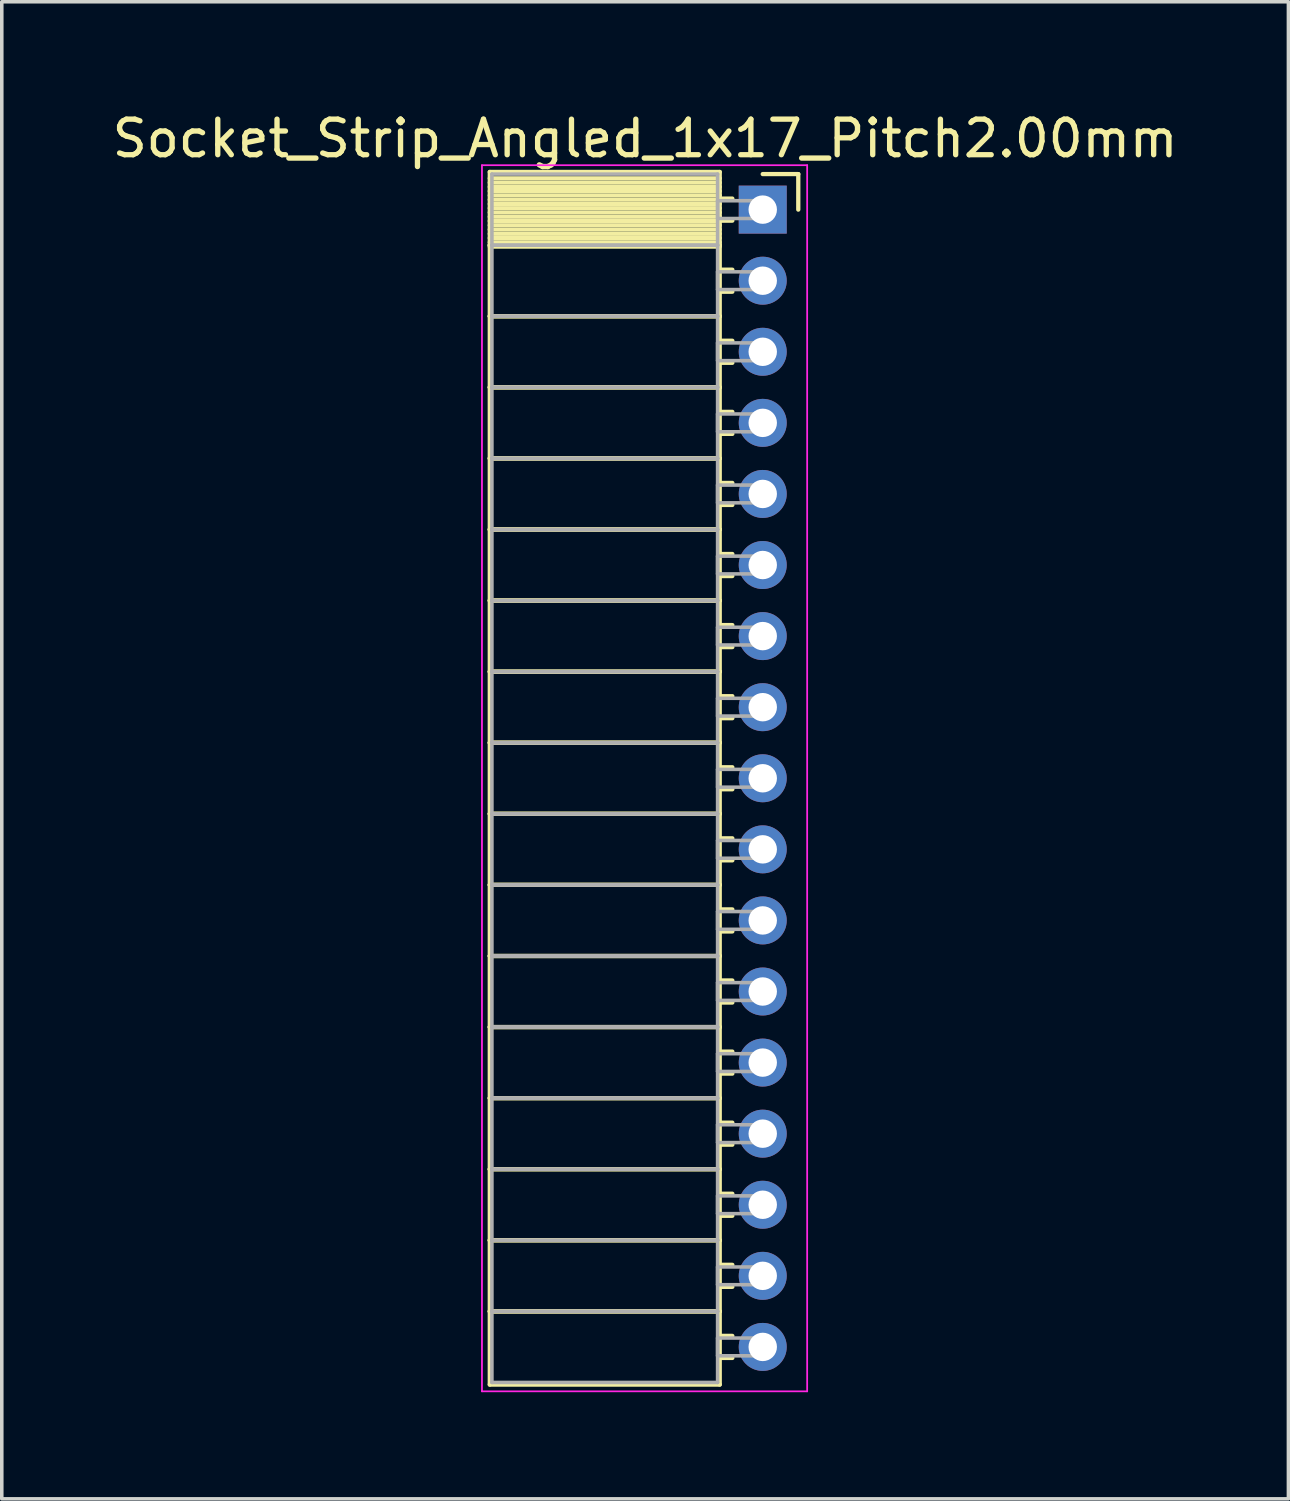
<source format=kicad_pcb>
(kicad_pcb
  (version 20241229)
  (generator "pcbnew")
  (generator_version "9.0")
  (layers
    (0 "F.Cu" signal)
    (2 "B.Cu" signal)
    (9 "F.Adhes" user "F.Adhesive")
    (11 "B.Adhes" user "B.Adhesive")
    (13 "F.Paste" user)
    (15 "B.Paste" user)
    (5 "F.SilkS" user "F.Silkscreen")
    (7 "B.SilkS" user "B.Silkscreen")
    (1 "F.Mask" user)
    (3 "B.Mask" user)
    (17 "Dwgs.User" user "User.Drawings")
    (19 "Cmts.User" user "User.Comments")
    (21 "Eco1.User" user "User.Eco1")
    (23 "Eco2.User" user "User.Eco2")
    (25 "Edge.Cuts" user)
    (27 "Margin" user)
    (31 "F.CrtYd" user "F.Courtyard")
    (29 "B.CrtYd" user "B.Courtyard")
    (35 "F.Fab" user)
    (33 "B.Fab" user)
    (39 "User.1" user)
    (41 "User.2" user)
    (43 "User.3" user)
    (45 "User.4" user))
  (footprint "Socket_Strip_Angled_1x17_Pitch2.00mm"
    (layer "F.Cu")
    (at 18.411 2.848)
    (property "Reference" "Socket_Strip_Angled_1x17_Pitch2.00mm" (at -3.31 -2 0) (layer "F.SilkS") (effects (font (size 1 1) (thickness 0.15))))
    (attr through_hole)
    (fp_line (start -7.68 -1.06) (end -1.21 -1.06) (stroke (width 0.12) (type solid)) (layer "F.SilkS"))
    (fp_line (start -7.68 1) (end -7.68 -1.06) (stroke (width 0.12) (type solid)) (layer "F.SilkS"))
    (fp_line (start -7.68 1) (end -1.21 1) (stroke (width 0.12) (type solid)) (layer "F.SilkS"))
    (fp_line (start -7.68 3) (end -7.68 1) (stroke (width 0.12) (type solid)) (layer "F.SilkS"))
    (fp_line (start -7.68 3) (end -1.21 3) (stroke (width 0.12) (type solid)) (layer "F.SilkS"))
    (fp_line (start -7.68 5) (end -7.68 3) (stroke (width 0.12) (type solid)) (layer "F.SilkS"))
    (fp_line (start -7.68 5) (end -1.21 5) (stroke (width 0.12) (type solid)) (layer "F.SilkS"))
    (fp_line (start -7.68 7) (end -7.68 5) (stroke (width 0.12) (type solid)) (layer "F.SilkS"))
    (fp_line (start -7.68 7) (end -1.21 7) (stroke (width 0.12) (type solid)) (layer "F.SilkS"))
    (fp_line (start -7.68 9) (end -7.68 7) (stroke (width 0.12) (type solid)) (layer "F.SilkS"))
    (fp_line (start -7.68 9) (end -1.21 9) (stroke (width 0.12) (type solid)) (layer "F.SilkS"))
    (fp_line (start -7.68 11) (end -7.68 9) (stroke (width 0.12) (type solid)) (layer "F.SilkS"))
    (fp_line (start -7.68 11) (end -1.21 11) (stroke (width 0.12) (type solid)) (layer "F.SilkS"))
    (fp_line (start -7.68 13) (end -7.68 11) (stroke (width 0.12) (type solid)) (layer "F.SilkS"))
    (fp_line (start -7.68 13) (end -1.21 13) (stroke (width 0.12) (type solid)) (layer "F.SilkS"))
    (fp_line (start -7.68 15) (end -7.68 13) (stroke (width 0.12) (type solid)) (layer "F.SilkS"))
    (fp_line (start -7.68 15) (end -1.21 15) (stroke (width 0.12) (type solid)) (layer "F.SilkS"))
    (fp_line (start -7.68 17) (end -7.68 15) (stroke (width 0.12) (type solid)) (layer "F.SilkS"))
    (fp_line (start -7.68 17) (end -1.21 17) (stroke (width 0.12) (type solid)) (layer "F.SilkS"))
    (fp_line (start -7.68 19) (end -7.68 17) (stroke (width 0.12) (type solid)) (layer "F.SilkS"))
    (fp_line (start -7.68 19) (end -1.21 19) (stroke (width 0.12) (type solid)) (layer "F.SilkS"))
    (fp_line (start -7.68 21) (end -7.68 19) (stroke (width 0.12) (type solid)) (layer "F.SilkS"))
    (fp_line (start -7.68 21) (end -1.21 21) (stroke (width 0.12) (type solid)) (layer "F.SilkS"))
    (fp_line (start -7.68 23) (end -7.68 21) (stroke (width 0.12) (type solid)) (layer "F.SilkS"))
    (fp_line (start -7.68 23) (end -1.21 23) (stroke (width 0.12) (type solid)) (layer "F.SilkS"))
    (fp_line (start -7.68 25) (end -7.68 23) (stroke (width 0.12) (type solid)) (layer "F.SilkS"))
    (fp_line (start -7.68 25) (end -1.21 25) (stroke (width 0.12) (type solid)) (layer "F.SilkS"))
    (fp_line (start -7.68 27) (end -7.68 25) (stroke (width 0.12) (type solid)) (layer "F.SilkS"))
    (fp_line (start -7.68 27) (end -1.21 27) (stroke (width 0.12) (type solid)) (layer "F.SilkS"))
    (fp_line (start -7.68 29) (end -7.68 27) (stroke (width 0.12) (type solid)) (layer "F.SilkS"))
    (fp_line (start -7.68 29) (end -1.21 29) (stroke (width 0.12) (type solid)) (layer "F.SilkS"))
    (fp_line (start -7.68 31) (end -7.68 29) (stroke (width 0.12) (type solid)) (layer "F.SilkS"))
    (fp_line (start -7.68 31) (end -1.21 31) (stroke (width 0.12) (type solid)) (layer "F.SilkS"))
    (fp_line (start -7.68 33.06) (end -7.68 31) (stroke (width 0.12) (type solid)) (layer "F.SilkS"))
    (fp_line (start -1.21 -1.06) (end -1.21 1) (stroke (width 0.12) (type solid)) (layer "F.SilkS"))
    (fp_line (start -1.21 -0.88) (end -7.68 -0.88) (stroke (width 0.12) (type solid)) (layer "F.SilkS"))
    (fp_line (start -1.21 -0.76) (end -7.68 -0.76) (stroke (width 0.12) (type solid)) (layer "F.SilkS"))
    (fp_line (start -1.21 -0.64) (end -7.68 -0.64) (stroke (width 0.12) (type solid)) (layer "F.SilkS"))
    (fp_line (start -1.21 -0.52) (end -7.68 -0.52) (stroke (width 0.12) (type solid)) (layer "F.SilkS"))
    (fp_line (start -1.21 -0.4) (end -7.68 -0.4) (stroke (width 0.12) (type solid)) (layer "F.SilkS"))
    (fp_line (start -1.21 -0.28) (end -7.68 -0.28) (stroke (width 0.12) (type solid)) (layer "F.SilkS"))
    (fp_line (start -1.21 -0.16) (end -7.68 -0.16) (stroke (width 0.12) (type solid)) (layer "F.SilkS"))
    (fp_line (start -1.21 -0.04) (end -7.68 -0.04) (stroke (width 0.12) (type solid)) (layer "F.SilkS"))
    (fp_line (start -1.21 0.08) (end -7.68 0.08) (stroke (width 0.12) (type solid)) (layer "F.SilkS"))
    (fp_line (start -1.21 0.2) (end -7.68 0.2) (stroke (width 0.12) (type solid)) (layer "F.SilkS"))
    (fp_line (start -1.21 0.32) (end -7.68 0.32) (stroke (width 0.12) (type solid)) (layer "F.SilkS"))
    (fp_line (start -1.21 0.44) (end -7.68 0.44) (stroke (width 0.12) (type solid)) (layer "F.SilkS"))
    (fp_line (start -1.21 0.56) (end -7.68 0.56) (stroke (width 0.12) (type solid)) (layer "F.SilkS"))
    (fp_line (start -1.21 0.68) (end -7.68 0.68) (stroke (width 0.12) (type solid)) (layer "F.SilkS"))
    (fp_line (start -1.21 0.8) (end -7.68 0.8) (stroke (width 0.12) (type solid)) (layer "F.SilkS"))
    (fp_line (start -1.21 0.92) (end -7.68 0.92) (stroke (width 0.12) (type solid)) (layer "F.SilkS"))
    (fp_line (start -1.21 1) (end -7.68 1) (stroke (width 0.12) (type solid)) (layer "F.SilkS"))
    (fp_line (start -1.21 1) (end -1.21 3) (stroke (width 0.12) (type solid)) (layer "F.SilkS"))
    (fp_line (start -1.21 1.04) (end -7.68 1.04) (stroke (width 0.12) (type solid)) (layer "F.SilkS"))
    (fp_line (start -1.21 3) (end -7.68 3) (stroke (width 0.12) (type solid)) (layer "F.SilkS"))
    (fp_line (start -1.21 3) (end -1.21 5) (stroke (width 0.12) (type solid)) (layer "F.SilkS"))
    (fp_line (start -1.21 5) (end -7.68 5) (stroke (width 0.12) (type solid)) (layer "F.SilkS"))
    (fp_line (start -1.21 5) (end -1.21 7) (stroke (width 0.12) (type solid)) (layer "F.SilkS"))
    (fp_line (start -1.21 7) (end -7.68 7) (stroke (width 0.12) (type solid)) (layer "F.SilkS"))
    (fp_line (start -1.21 7) (end -1.21 9) (stroke (width 0.12) (type solid)) (layer "F.SilkS"))
    (fp_line (start -1.21 9) (end -7.68 9) (stroke (width 0.12) (type solid)) (layer "F.SilkS"))
    (fp_line (start -1.21 9) (end -1.21 11) (stroke (width 0.12) (type solid)) (layer "F.SilkS"))
    (fp_line (start -1.21 11) (end -7.68 11) (stroke (width 0.12) (type solid)) (layer "F.SilkS"))
    (fp_line (start -1.21 11) (end -1.21 13) (stroke (width 0.12) (type solid)) (layer "F.SilkS"))
    (fp_line (start -1.21 13) (end -7.68 13) (stroke (width 0.12) (type solid)) (layer "F.SilkS"))
    (fp_line (start -1.21 13) (end -1.21 15) (stroke (width 0.12) (type solid)) (layer "F.SilkS"))
    (fp_line (start -1.21 15) (end -7.68 15) (stroke (width 0.12) (type solid)) (layer "F.SilkS"))
    (fp_line (start -1.21 15) (end -1.21 17) (stroke (width 0.12) (type solid)) (layer "F.SilkS"))
    (fp_line (start -1.21 17) (end -7.68 17) (stroke (width 0.12) (type solid)) (layer "F.SilkS"))
    (fp_line (start -1.21 17) (end -1.21 19) (stroke (width 0.12) (type solid)) (layer "F.SilkS"))
    (fp_line (start -1.21 19) (end -7.68 19) (stroke (width 0.12) (type solid)) (layer "F.SilkS"))
    (fp_line (start -1.21 19) (end -1.21 21) (stroke (width 0.12) (type solid)) (layer "F.SilkS"))
    (fp_line (start -1.21 21) (end -7.68 21) (stroke (width 0.12) (type solid)) (layer "F.SilkS"))
    (fp_line (start -1.21 21) (end -1.21 23) (stroke (width 0.12) (type solid)) (layer "F.SilkS"))
    (fp_line (start -1.21 23) (end -7.68 23) (stroke (width 0.12) (type solid)) (layer "F.SilkS"))
    (fp_line (start -1.21 23) (end -1.21 25) (stroke (width 0.12) (type solid)) (layer "F.SilkS"))
    (fp_line (start -1.21 25) (end -7.68 25) (stroke (width 0.12) (type solid)) (layer "F.SilkS"))
    (fp_line (start -1.21 25) (end -1.21 27) (stroke (width 0.12) (type solid)) (layer "F.SilkS"))
    (fp_line (start -1.21 27) (end -7.68 27) (stroke (width 0.12) (type solid)) (layer "F.SilkS"))
    (fp_line (start -1.21 27) (end -1.21 29) (stroke (width 0.12) (type solid)) (layer "F.SilkS"))
    (fp_line (start -1.21 29) (end -7.68 29) (stroke (width 0.12) (type solid)) (layer "F.SilkS"))
    (fp_line (start -1.21 29) (end -1.21 31) (stroke (width 0.12) (type solid)) (layer "F.SilkS"))
    (fp_line (start -1.21 31) (end -7.68 31) (stroke (width 0.12) (type solid)) (layer "F.SilkS"))
    (fp_line (start -1.21 31) (end -1.21 33.06) (stroke (width 0.12) (type solid)) (layer "F.SilkS"))
    (fp_line (start -1.21 33.06) (end -7.68 33.06) (stroke (width 0.12) (type solid)) (layer "F.SilkS"))
    (fp_line (start -0.855 -0.31) (end -1.21 -0.31) (stroke (width 0.12) (type solid)) (layer "F.SilkS"))
    (fp_line (start -0.855 0.31) (end -1.21 0.31) (stroke (width 0.12) (type solid)) (layer "F.SilkS"))
    (fp_line (start -0.855 1.69) (end -1.21 1.69) (stroke (width 0.12) (type solid)) (layer "F.SilkS"))
    (fp_line (start -0.855 2.31) (end -1.21 2.31) (stroke (width 0.12) (type solid)) (layer "F.SilkS"))
    (fp_line (start -0.855 3.69) (end -1.21 3.69) (stroke (width 0.12) (type solid)) (layer "F.SilkS"))
    (fp_line (start -0.855 4.31) (end -1.21 4.31) (stroke (width 0.12) (type solid)) (layer "F.SilkS"))
    (fp_line (start -0.855 5.69) (end -1.21 5.69) (stroke (width 0.12) (type solid)) (layer "F.SilkS"))
    (fp_line (start -0.855 6.31) (end -1.21 6.31) (stroke (width 0.12) (type solid)) (layer "F.SilkS"))
    (fp_line (start -0.855 7.69) (end -1.21 7.69) (stroke (width 0.12) (type solid)) (layer "F.SilkS"))
    (fp_line (start -0.855 8.31) (end -1.21 8.31) (stroke (width 0.12) (type solid)) (layer "F.SilkS"))
    (fp_line (start -0.855 9.69) (end -1.21 9.69) (stroke (width 0.12) (type solid)) (layer "F.SilkS"))
    (fp_line (start -0.855 10.31) (end -1.21 10.31) (stroke (width 0.12) (type solid)) (layer "F.SilkS"))
    (fp_line (start -0.855 11.69) (end -1.21 11.69) (stroke (width 0.12) (type solid)) (layer "F.SilkS"))
    (fp_line (start -0.855 12.31) (end -1.21 12.31) (stroke (width 0.12) (type solid)) (layer "F.SilkS"))
    (fp_line (start -0.855 13.69) (end -1.21 13.69) (stroke (width 0.12) (type solid)) (layer "F.SilkS"))
    (fp_line (start -0.855 14.31) (end -1.21 14.31) (stroke (width 0.12) (type solid)) (layer "F.SilkS"))
    (fp_line (start -0.855 15.69) (end -1.21 15.69) (stroke (width 0.12) (type solid)) (layer "F.SilkS"))
    (fp_line (start -0.855 16.31) (end -1.21 16.31) (stroke (width 0.12) (type solid)) (layer "F.SilkS"))
    (fp_line (start -0.855 17.69) (end -1.21 17.69) (stroke (width 0.12) (type solid)) (layer "F.SilkS"))
    (fp_line (start -0.855 18.31) (end -1.21 18.31) (stroke (width 0.12) (type solid)) (layer "F.SilkS"))
    (fp_line (start -0.855 19.69) (end -1.21 19.69) (stroke (width 0.12) (type solid)) (layer "F.SilkS"))
    (fp_line (start -0.855 20.31) (end -1.21 20.31) (stroke (width 0.12) (type solid)) (layer "F.SilkS"))
    (fp_line (start -0.855 21.69) (end -1.21 21.69) (stroke (width 0.12) (type solid)) (layer "F.SilkS"))
    (fp_line (start -0.855 22.31) (end -1.21 22.31) (stroke (width 0.12) (type solid)) (layer "F.SilkS"))
    (fp_line (start -0.855 23.69) (end -1.21 23.69) (stroke (width 0.12) (type solid)) (layer "F.SilkS"))
    (fp_line (start -0.855 24.31) (end -1.21 24.31) (stroke (width 0.12) (type solid)) (layer "F.SilkS"))
    (fp_line (start -0.855 25.69) (end -1.21 25.69) (stroke (width 0.12) (type solid)) (layer "F.SilkS"))
    (fp_line (start -0.855 26.31) (end -1.21 26.31) (stroke (width 0.12) (type solid)) (layer "F.SilkS"))
    (fp_line (start -0.855 27.69) (end -1.21 27.69) (stroke (width 0.12) (type solid)) (layer "F.SilkS"))
    (fp_line (start -0.855 28.31) (end -1.21 28.31) (stroke (width 0.12) (type solid)) (layer "F.SilkS"))
    (fp_line (start -0.855 29.69) (end -1.21 29.69) (stroke (width 0.12) (type solid)) (layer "F.SilkS"))
    (fp_line (start -0.855 30.31) (end -1.21 30.31) (stroke (width 0.12) (type solid)) (layer "F.SilkS"))
    (fp_line (start -0.855 31.69) (end -1.21 31.69) (stroke (width 0.12) (type solid)) (layer "F.SilkS"))
    (fp_line (start -0.855 32.31) (end -1.21 32.31) (stroke (width 0.12) (type solid)) (layer "F.SilkS"))
    (fp_line (start 0 -1) (end 1 -1) (stroke (width 0.12) (type solid)) (layer "F.SilkS"))
    (fp_line (start 1 -1) (end 1 0) (stroke (width 0.12) (type solid)) (layer "F.SilkS"))
    (fp_line (start -7.9 -1.25) (end 1.25 -1.25) (stroke (width 0.05) (type solid)) (layer "F.CrtYd"))
    (fp_line (start -7.9 33.25) (end -7.9 -1.25) (stroke (width 0.05) (type solid)) (layer "F.CrtYd"))
    (fp_line (start 1.25 -1.25) (end 1.25 33.25) (stroke (width 0.05) (type solid)) (layer "F.CrtYd"))
    (fp_line (start 1.25 33.25) (end -7.9 33.25) (stroke (width 0.05) (type solid)) (layer "F.CrtYd"))
    (fp_line (start -7.62 -1) (end -1.27 -1) (stroke (width 0.1) (type solid)) (layer "F.Fab"))
    (fp_line (start -7.62 1) (end -7.62 -1) (stroke (width 0.1) (type solid)) (layer "F.Fab"))
    (fp_line (start -7.62 1) (end -1.27 1) (stroke (width 0.1) (type solid)) (layer "F.Fab"))
    (fp_line (start -7.62 3) (end -7.62 1) (stroke (width 0.1) (type solid)) (layer "F.Fab"))
    (fp_line (start -7.62 3) (end -1.27 3) (stroke (width 0.1) (type solid)) (layer "F.Fab"))
    (fp_line (start -7.62 5) (end -7.62 3) (stroke (width 0.1) (type solid)) (layer "F.Fab"))
    (fp_line (start -7.62 5) (end -1.27 5) (stroke (width 0.1) (type solid)) (layer "F.Fab"))
    (fp_line (start -7.62 7) (end -7.62 5) (stroke (width 0.1) (type solid)) (layer "F.Fab"))
    (fp_line (start -7.62 7) (end -1.27 7) (stroke (width 0.1) (type solid)) (layer "F.Fab"))
    (fp_line (start -7.62 9) (end -7.62 7) (stroke (width 0.1) (type solid)) (layer "F.Fab"))
    (fp_line (start -7.62 9) (end -1.27 9) (stroke (width 0.1) (type solid)) (layer "F.Fab"))
    (fp_line (start -7.62 11) (end -7.62 9) (stroke (width 0.1) (type solid)) (layer "F.Fab"))
    (fp_line (start -7.62 11) (end -1.27 11) (stroke (width 0.1) (type solid)) (layer "F.Fab"))
    (fp_line (start -7.62 13) (end -7.62 11) (stroke (width 0.1) (type solid)) (layer "F.Fab"))
    (fp_line (start -7.62 13) (end -1.27 13) (stroke (width 0.1) (type solid)) (layer "F.Fab"))
    (fp_line (start -7.62 15) (end -7.62 13) (stroke (width 0.1) (type solid)) (layer "F.Fab"))
    (fp_line (start -7.62 15) (end -1.27 15) (stroke (width 0.1) (type solid)) (layer "F.Fab"))
    (fp_line (start -7.62 17) (end -7.62 15) (stroke (width 0.1) (type solid)) (layer "F.Fab"))
    (fp_line (start -7.62 17) (end -1.27 17) (stroke (width 0.1) (type solid)) (layer "F.Fab"))
    (fp_line (start -7.62 19) (end -7.62 17) (stroke (width 0.1) (type solid)) (layer "F.Fab"))
    (fp_line (start -7.62 19) (end -1.27 19) (stroke (width 0.1) (type solid)) (layer "F.Fab"))
    (fp_line (start -7.62 21) (end -7.62 19) (stroke (width 0.1) (type solid)) (layer "F.Fab"))
    (fp_line (start -7.62 21) (end -1.27 21) (stroke (width 0.1) (type solid)) (layer "F.Fab"))
    (fp_line (start -7.62 23) (end -7.62 21) (stroke (width 0.1) (type solid)) (layer "F.Fab"))
    (fp_line (start -7.62 23) (end -1.27 23) (stroke (width 0.1) (type solid)) (layer "F.Fab"))
    (fp_line (start -7.62 25) (end -7.62 23) (stroke (width 0.1) (type solid)) (layer "F.Fab"))
    (fp_line (start -7.62 25) (end -1.27 25) (stroke (width 0.1) (type solid)) (layer "F.Fab"))
    (fp_line (start -7.62 27) (end -7.62 25) (stroke (width 0.1) (type solid)) (layer "F.Fab"))
    (fp_line (start -7.62 27) (end -1.27 27) (stroke (width 0.1) (type solid)) (layer "F.Fab"))
    (fp_line (start -7.62 29) (end -7.62 27) (stroke (width 0.1) (type solid)) (layer "F.Fab"))
    (fp_line (start -7.62 29) (end -1.27 29) (stroke (width 0.1) (type solid)) (layer "F.Fab"))
    (fp_line (start -7.62 31) (end -7.62 29) (stroke (width 0.1) (type solid)) (layer "F.Fab"))
    (fp_line (start -7.62 31) (end -1.27 31) (stroke (width 0.1) (type solid)) (layer "F.Fab"))
    (fp_line (start -7.62 33) (end -7.62 31) (stroke (width 0.1) (type solid)) (layer "F.Fab"))
    (fp_line (start -1.27 -1) (end -1.27 1) (stroke (width 0.1) (type solid)) (layer "F.Fab"))
    (fp_line (start -1.27 -0.25) (end 0 -0.25) (stroke (width 0.1) (type solid)) (layer "F.Fab"))
    (fp_line (start -1.27 0.25) (end -1.27 -0.25) (stroke (width 0.1) (type solid)) (layer "F.Fab"))
    (fp_line (start -1.27 1) (end -7.62 1) (stroke (width 0.1) (type solid)) (layer "F.Fab"))
    (fp_line (start -1.27 1) (end -1.27 3) (stroke (width 0.1) (type solid)) (layer "F.Fab"))
    (fp_line (start -1.27 1.75) (end 0 1.75) (stroke (width 0.1) (type solid)) (layer "F.Fab"))
    (fp_line (start -1.27 2.25) (end -1.27 1.75) (stroke (width 0.1) (type solid)) (layer "F.Fab"))
    (fp_line (start -1.27 3) (end -7.62 3) (stroke (width 0.1) (type solid)) (layer "F.Fab"))
    (fp_line (start -1.27 3) (end -1.27 5) (stroke (width 0.1) (type solid)) (layer "F.Fab"))
    (fp_line (start -1.27 3.75) (end 0 3.75) (stroke (width 0.1) (type solid)) (layer "F.Fab"))
    (fp_line (start -1.27 4.25) (end -1.27 3.75) (stroke (width 0.1) (type solid)) (layer "F.Fab"))
    (fp_line (start -1.27 5) (end -7.62 5) (stroke (width 0.1) (type solid)) (layer "F.Fab"))
    (fp_line (start -1.27 5) (end -1.27 7) (stroke (width 0.1) (type solid)) (layer "F.Fab"))
    (fp_line (start -1.27 5.75) (end 0 5.75) (stroke (width 0.1) (type solid)) (layer "F.Fab"))
    (fp_line (start -1.27 6.25) (end -1.27 5.75) (stroke (width 0.1) (type solid)) (layer "F.Fab"))
    (fp_line (start -1.27 7) (end -7.62 7) (stroke (width 0.1) (type solid)) (layer "F.Fab"))
    (fp_line (start -1.27 7) (end -1.27 9) (stroke (width 0.1) (type solid)) (layer "F.Fab"))
    (fp_line (start -1.27 7.75) (end 0 7.75) (stroke (width 0.1) (type solid)) (layer "F.Fab"))
    (fp_line (start -1.27 8.25) (end -1.27 7.75) (stroke (width 0.1) (type solid)) (layer "F.Fab"))
    (fp_line (start -1.27 9) (end -7.62 9) (stroke (width 0.1) (type solid)) (layer "F.Fab"))
    (fp_line (start -1.27 9) (end -1.27 11) (stroke (width 0.1) (type solid)) (layer "F.Fab"))
    (fp_line (start -1.27 9.75) (end 0 9.75) (stroke (width 0.1) (type solid)) (layer "F.Fab"))
    (fp_line (start -1.27 10.25) (end -1.27 9.75) (stroke (width 0.1) (type solid)) (layer "F.Fab"))
    (fp_line (start -1.27 11) (end -7.62 11) (stroke (width 0.1) (type solid)) (layer "F.Fab"))
    (fp_line (start -1.27 11) (end -1.27 13) (stroke (width 0.1) (type solid)) (layer "F.Fab"))
    (fp_line (start -1.27 11.75) (end 0 11.75) (stroke (width 0.1) (type solid)) (layer "F.Fab"))
    (fp_line (start -1.27 12.25) (end -1.27 11.75) (stroke (width 0.1) (type solid)) (layer "F.Fab"))
    (fp_line (start -1.27 13) (end -7.62 13) (stroke (width 0.1) (type solid)) (layer "F.Fab"))
    (fp_line (start -1.27 13) (end -1.27 15) (stroke (width 0.1) (type solid)) (layer "F.Fab"))
    (fp_line (start -1.27 13.75) (end 0 13.75) (stroke (width 0.1) (type solid)) (layer "F.Fab"))
    (fp_line (start -1.27 14.25) (end -1.27 13.75) (stroke (width 0.1) (type solid)) (layer "F.Fab"))
    (fp_line (start -1.27 15) (end -7.62 15) (stroke (width 0.1) (type solid)) (layer "F.Fab"))
    (fp_line (start -1.27 15) (end -1.27 17) (stroke (width 0.1) (type solid)) (layer "F.Fab"))
    (fp_line (start -1.27 15.75) (end 0 15.75) (stroke (width 0.1) (type solid)) (layer "F.Fab"))
    (fp_line (start -1.27 16.25) (end -1.27 15.75) (stroke (width 0.1) (type solid)) (layer "F.Fab"))
    (fp_line (start -1.27 17) (end -7.62 17) (stroke (width 0.1) (type solid)) (layer "F.Fab"))
    (fp_line (start -1.27 17) (end -1.27 19) (stroke (width 0.1) (type solid)) (layer "F.Fab"))
    (fp_line (start -1.27 17.75) (end 0 17.75) (stroke (width 0.1) (type solid)) (layer "F.Fab"))
    (fp_line (start -1.27 18.25) (end -1.27 17.75) (stroke (width 0.1) (type solid)) (layer "F.Fab"))
    (fp_line (start -1.27 19) (end -7.62 19) (stroke (width 0.1) (type solid)) (layer "F.Fab"))
    (fp_line (start -1.27 19) (end -1.27 21) (stroke (width 0.1) (type solid)) (layer "F.Fab"))
    (fp_line (start -1.27 19.75) (end 0 19.75) (stroke (width 0.1) (type solid)) (layer "F.Fab"))
    (fp_line (start -1.27 20.25) (end -1.27 19.75) (stroke (width 0.1) (type solid)) (layer "F.Fab"))
    (fp_line (start -1.27 21) (end -7.62 21) (stroke (width 0.1) (type solid)) (layer "F.Fab"))
    (fp_line (start -1.27 21) (end -1.27 23) (stroke (width 0.1) (type solid)) (layer "F.Fab"))
    (fp_line (start -1.27 21.75) (end 0 21.75) (stroke (width 0.1) (type solid)) (layer "F.Fab"))
    (fp_line (start -1.27 22.25) (end -1.27 21.75) (stroke (width 0.1) (type solid)) (layer "F.Fab"))
    (fp_line (start -1.27 23) (end -7.62 23) (stroke (width 0.1) (type solid)) (layer "F.Fab"))
    (fp_line (start -1.27 23) (end -1.27 25) (stroke (width 0.1) (type solid)) (layer "F.Fab"))
    (fp_line (start -1.27 23.75) (end 0 23.75) (stroke (width 0.1) (type solid)) (layer "F.Fab"))
    (fp_line (start -1.27 24.25) (end -1.27 23.75) (stroke (width 0.1) (type solid)) (layer "F.Fab"))
    (fp_line (start -1.27 25) (end -7.62 25) (stroke (width 0.1) (type solid)) (layer "F.Fab"))
    (fp_line (start -1.27 25) (end -1.27 27) (stroke (width 0.1) (type solid)) (layer "F.Fab"))
    (fp_line (start -1.27 25.75) (end 0 25.75) (stroke (width 0.1) (type solid)) (layer "F.Fab"))
    (fp_line (start -1.27 26.25) (end -1.27 25.75) (stroke (width 0.1) (type solid)) (layer "F.Fab"))
    (fp_line (start -1.27 27) (end -7.62 27) (stroke (width 0.1) (type solid)) (layer "F.Fab"))
    (fp_line (start -1.27 27) (end -1.27 29) (stroke (width 0.1) (type solid)) (layer "F.Fab"))
    (fp_line (start -1.27 27.75) (end 0 27.75) (stroke (width 0.1) (type solid)) (layer "F.Fab"))
    (fp_line (start -1.27 28.25) (end -1.27 27.75) (stroke (width 0.1) (type solid)) (layer "F.Fab"))
    (fp_line (start -1.27 29) (end -7.62 29) (stroke (width 0.1) (type solid)) (layer "F.Fab"))
    (fp_line (start -1.27 29) (end -1.27 31) (stroke (width 0.1) (type solid)) (layer "F.Fab"))
    (fp_line (start -1.27 29.75) (end 0 29.75) (stroke (width 0.1) (type solid)) (layer "F.Fab"))
    (fp_line (start -1.27 30.25) (end -1.27 29.75) (stroke (width 0.1) (type solid)) (layer "F.Fab"))
    (fp_line (start -1.27 31) (end -7.62 31) (stroke (width 0.1) (type solid)) (layer "F.Fab"))
    (fp_line (start -1.27 31) (end -1.27 33) (stroke (width 0.1) (type solid)) (layer "F.Fab"))
    (fp_line (start -1.27 31.75) (end 0 31.75) (stroke (width 0.1) (type solid)) (layer "F.Fab"))
    (fp_line (start -1.27 32.25) (end -1.27 31.75) (stroke (width 0.1) (type solid)) (layer "F.Fab"))
    (fp_line (start -1.27 33) (end -7.62 33) (stroke (width 0.1) (type solid)) (layer "F.Fab"))
    (fp_line (start 0 -0.25) (end 0 0.25) (stroke (width 0.1) (type solid)) (layer "F.Fab"))
    (fp_line (start 0 0.25) (end -1.27 0.25) (stroke (width 0.1) (type solid)) (layer "F.Fab"))
    (fp_line (start 0 1.75) (end 0 2.25) (stroke (width 0.1) (type solid)) (layer "F.Fab"))
    (fp_line (start 0 2.25) (end -1.27 2.25) (stroke (width 0.1) (type solid)) (layer "F.Fab"))
    (fp_line (start 0 3.75) (end 0 4.25) (stroke (width 0.1) (type solid)) (layer "F.Fab"))
    (fp_line (start 0 4.25) (end -1.27 4.25) (stroke (width 0.1) (type solid)) (layer "F.Fab"))
    (fp_line (start 0 5.75) (end 0 6.25) (stroke (width 0.1) (type solid)) (layer "F.Fab"))
    (fp_line (start 0 6.25) (end -1.27 6.25) (stroke (width 0.1) (type solid)) (layer "F.Fab"))
    (fp_line (start 0 7.75) (end 0 8.25) (stroke (width 0.1) (type solid)) (layer "F.Fab"))
    (fp_line (start 0 8.25) (end -1.27 8.25) (stroke (width 0.1) (type solid)) (layer "F.Fab"))
    (fp_line (start 0 9.75) (end 0 10.25) (stroke (width 0.1) (type solid)) (layer "F.Fab"))
    (fp_line (start 0 10.25) (end -1.27 10.25) (stroke (width 0.1) (type solid)) (layer "F.Fab"))
    (fp_line (start 0 11.75) (end 0 12.25) (stroke (width 0.1) (type solid)) (layer "F.Fab"))
    (fp_line (start 0 12.25) (end -1.27 12.25) (stroke (width 0.1) (type solid)) (layer "F.Fab"))
    (fp_line (start 0 13.75) (end 0 14.25) (stroke (width 0.1) (type solid)) (layer "F.Fab"))
    (fp_line (start 0 14.25) (end -1.27 14.25) (stroke (width 0.1) (type solid)) (layer "F.Fab"))
    (fp_line (start 0 15.75) (end 0 16.25) (stroke (width 0.1) (type solid)) (layer "F.Fab"))
    (fp_line (start 0 16.25) (end -1.27 16.25) (stroke (width 0.1) (type solid)) (layer "F.Fab"))
    (fp_line (start 0 17.75) (end 0 18.25) (stroke (width 0.1) (type solid)) (layer "F.Fab"))
    (fp_line (start 0 18.25) (end -1.27 18.25) (stroke (width 0.1) (type solid)) (layer "F.Fab"))
    (fp_line (start 0 19.75) (end 0 20.25) (stroke (width 0.1) (type solid)) (layer "F.Fab"))
    (fp_line (start 0 20.25) (end -1.27 20.25) (stroke (width 0.1) (type solid)) (layer "F.Fab"))
    (fp_line (start 0 21.75) (end 0 22.25) (stroke (width 0.1) (type solid)) (layer "F.Fab"))
    (fp_line (start 0 22.25) (end -1.27 22.25) (stroke (width 0.1) (type solid)) (layer "F.Fab"))
    (fp_line (start 0 23.75) (end 0 24.25) (stroke (width 0.1) (type solid)) (layer "F.Fab"))
    (fp_line (start 0 24.25) (end -1.27 24.25) (stroke (width 0.1) (type solid)) (layer "F.Fab"))
    (fp_line (start 0 25.75) (end 0 26.25) (stroke (width 0.1) (type solid)) (layer "F.Fab"))
    (fp_line (start 0 26.25) (end -1.27 26.25) (stroke (width 0.1) (type solid)) (layer "F.Fab"))
    (fp_line (start 0 27.75) (end 0 28.25) (stroke (width 0.1) (type solid)) (layer "F.Fab"))
    (fp_line (start 0 28.25) (end -1.27 28.25) (stroke (width 0.1) (type solid)) (layer "F.Fab"))
    (fp_line (start 0 29.75) (end 0 30.25) (stroke (width 0.1) (type solid)) (layer "F.Fab"))
    (fp_line (start 0 30.25) (end -1.27 30.25) (stroke (width 0.1) (type solid)) (layer "F.Fab"))
    (fp_line (start 0 31.75) (end 0 32.25) (stroke (width 0.1) (type solid)) (layer "F.Fab"))
    (fp_line (start 0 32.25) (end -1.27 32.25) (stroke (width 0.1) (type solid)) (layer "F.Fab"))
    (pad "1" thru_hole rect (at 0 0) (size 1.35 1.35) (drill 0.8) (layers "*.Cu" "*.Mask"))
    (pad "2" thru_hole oval (at 0 2) (size 1.35 1.35) (drill 0.8) (layers "*.Cu" "*.Mask"))
    (pad "3" thru_hole oval (at 0 4) (size 1.35 1.35) (drill 0.8) (layers "*.Cu" "*.Mask"))
    (pad "4" thru_hole oval (at 0 6) (size 1.35 1.35) (drill 0.8) (layers "*.Cu" "*.Mask"))
    (pad "5" thru_hole oval (at 0 8) (size 1.35 1.35) (drill 0.8) (layers "*.Cu" "*.Mask"))
    (pad "6" thru_hole oval (at 0 10) (size 1.35 1.35) (drill 0.8) (layers "*.Cu" "*.Mask"))
    (pad "7" thru_hole oval (at 0 12) (size 1.35 1.35) (drill 0.8) (layers "*.Cu" "*.Mask"))
    (pad "8" thru_hole oval (at 0 14) (size 1.35 1.35) (drill 0.8) (layers "*.Cu" "*.Mask"))
    (pad "9" thru_hole oval (at 0 16) (size 1.35 1.35) (drill 0.8) (layers "*.Cu" "*.Mask"))
    (pad "10" thru_hole oval (at 0 18) (size 1.35 1.35) (drill 0.8) (layers "*.Cu" "*.Mask"))
    (pad "11" thru_hole oval (at 0 20) (size 1.35 1.35) (drill 0.8) (layers "*.Cu" "*.Mask"))
    (pad "12" thru_hole oval (at 0 22) (size 1.35 1.35) (drill 0.8) (layers "*.Cu" "*.Mask"))
    (pad "13" thru_hole oval (at 0 24) (size 1.35 1.35) (drill 0.8) (layers "*.Cu" "*.Mask"))
    (pad "14" thru_hole oval (at 0 26) (size 1.35 1.35) (drill 0.8) (layers "*.Cu" "*.Mask"))
    (pad "15" thru_hole oval (at 0 28) (size 1.35 1.35) (drill 0.8) (layers "*.Cu" "*.Mask"))
    (pad "16" thru_hole oval (at 0 30) (size 1.35 1.35) (drill 0.8) (layers "*.Cu" "*.Mask"))
    (pad "17" thru_hole oval (at 0 32) (size 1.35 1.35) (drill 0.8) (layers "*.Cu" "*.Mask")))
  (gr_rect
    (start -3 -3)
    (end 33.202 39.123)
    (stroke (width 0.1) (type default))
    (fill no)
    (layer "Edge.Cuts")))
</source>
